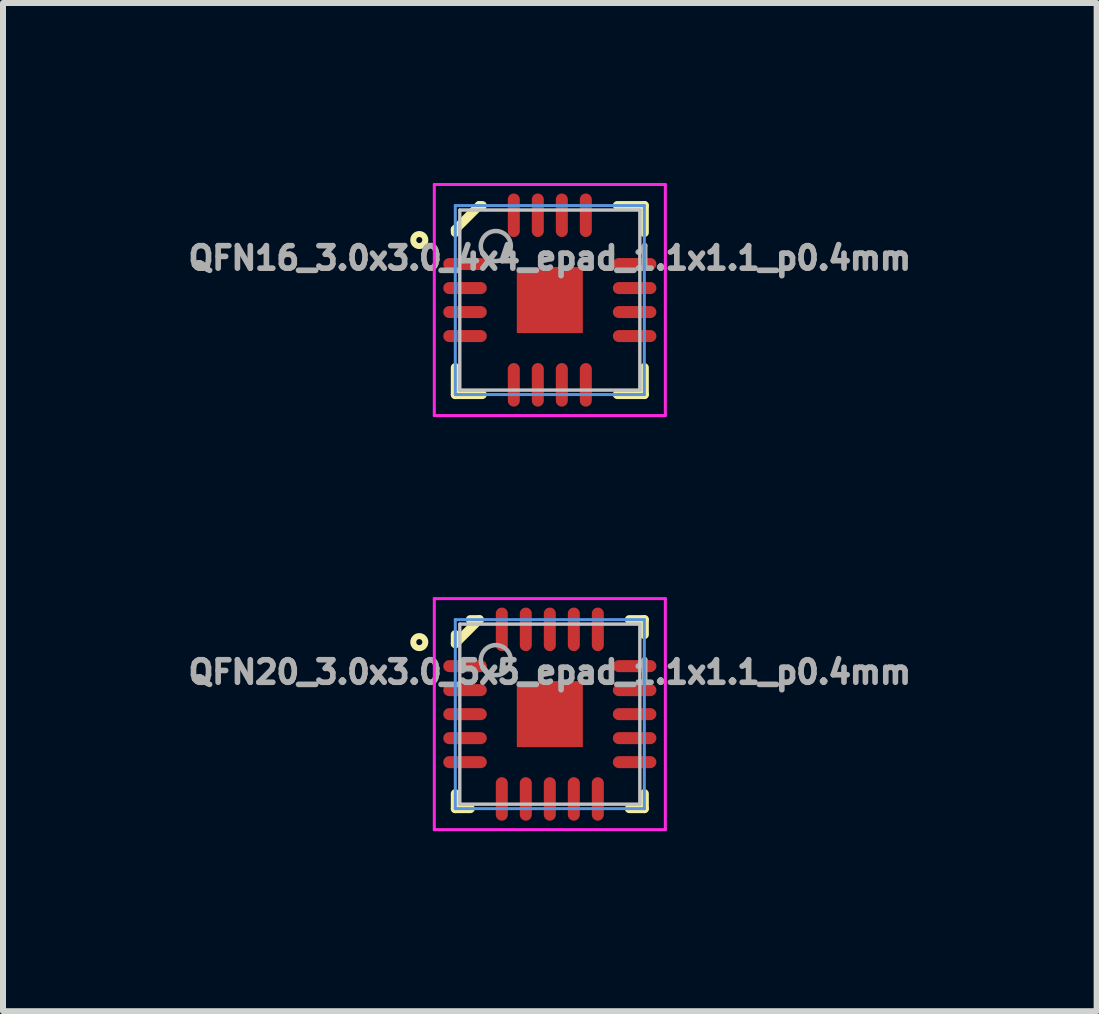
<source format=kicad_pcb>
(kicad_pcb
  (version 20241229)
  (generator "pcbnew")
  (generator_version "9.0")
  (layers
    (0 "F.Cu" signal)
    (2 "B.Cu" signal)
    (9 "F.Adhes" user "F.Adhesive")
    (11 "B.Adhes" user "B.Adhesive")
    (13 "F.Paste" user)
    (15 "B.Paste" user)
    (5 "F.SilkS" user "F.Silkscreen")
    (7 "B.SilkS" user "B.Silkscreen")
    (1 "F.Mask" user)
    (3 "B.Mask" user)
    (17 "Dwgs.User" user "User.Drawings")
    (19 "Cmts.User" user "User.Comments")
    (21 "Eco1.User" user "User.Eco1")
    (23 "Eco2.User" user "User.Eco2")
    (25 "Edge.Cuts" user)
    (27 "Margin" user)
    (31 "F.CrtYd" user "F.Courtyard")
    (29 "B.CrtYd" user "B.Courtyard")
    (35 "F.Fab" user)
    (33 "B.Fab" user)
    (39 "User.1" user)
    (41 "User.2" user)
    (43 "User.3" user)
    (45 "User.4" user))
  (footprint "QFN20_3.0x3.0_5x5_epad_1.1x1.1_p0.4mm"
    (layer "F.Cu")
    (at 6.112 8.85)
    (property "Reference" "QFN20_3.0x3.0_5x5_epad_1.1x1.1_p0.4mm" (at 0 -0.7 0) (layer "F.Fab") (effects (font (size 0.375 0.375) (thickness 0.1))))
    (attr through_hole)
    (fp_line (start -1.575 -1.175) (end -1.575 -1.325) (stroke (width 0.15) (type solid)) (layer "F.SilkS"))
    (fp_line (start -1.575 -1.175) (end -1.175 -1.575) (stroke (width 0.15) (type solid)) (layer "F.SilkS"))
    (fp_line (start -1.575 1.575) (end -1.575 1.325) (stroke (width 0.15) (type solid)) (layer "F.SilkS"))
    (fp_line (start -1.575 1.575) (end -1.325 1.575) (stroke (width 0.15) (type solid)) (layer "F.SilkS"))
    (fp_line (start -1.325 -1.575) (end -1.175 -1.575) (stroke (width 0.15) (type solid)) (layer "F.SilkS"))
    (fp_line (start 1.575 -1.575) (end 1.325 -1.575) (stroke (width 0.15) (type solid)) (layer "F.SilkS"))
    (fp_line (start 1.575 -1.575) (end 1.575 -1.325) (stroke (width 0.15) (type solid)) (layer "F.SilkS"))
    (fp_line (start 1.575 1.575) (end 1.325 1.575) (stroke (width 0.15) (type solid)) (layer "F.SilkS"))
    (fp_line (start 1.575 1.575) (end 1.575 1.325) (stroke (width 0.15) (type solid)) (layer "F.SilkS"))
    (fp_circle (center -2.175 -1.2) (end -2.104 -1.129) (stroke (width 0.1) (type solid)) (fill no) (layer "F.SilkS"))
    (fp_line (start -1.5 -1.5) (end -1.5 1.5) (stroke (width 0.05) (type solid)) (layer "Dwgs.User"))
    (fp_line (start -1.5 -1.5) (end 1.5 -1.5) (stroke (width 0.05) (type solid)) (layer "Dwgs.User"))
    (fp_line (start -1.5 1.5) (end 1.5 1.5) (stroke (width 0.05) (type solid)) (layer "Dwgs.User"))
    (fp_line (start 1.5 -1.5) (end 1.5 1.5) (stroke (width 0.05) (type solid)) (layer "Dwgs.User"))
    (fp_line (start -1.575 -1.575) (end -1.575 1.575) (stroke (width 0.05) (type solid)) (layer "Cmts.User"))
    (fp_line (start -1.575 -1.575) (end 1.575 -1.575) (stroke (width 0.05) (type solid)) (layer "Cmts.User"))
    (fp_line (start -1.575 1.575) (end 1.575 1.575) (stroke (width 0.05) (type solid)) (layer "Cmts.User"))
    (fp_line (start 1.575 -1.575) (end 1.575 1.575) (stroke (width 0.05) (type solid)) (layer "Cmts.User"))
    (fp_line (start -1.425 -1.425) (end -1.425 1.425) (stroke (width 0.05) (type solid)) (layer "Eco1.User"))
    (fp_line (start -1.425 -1.425) (end 1.425 -1.425) (stroke (width 0.05) (type solid)) (layer "Eco1.User"))
    (fp_line (start -1.425 1.425) (end 1.425 1.425) (stroke (width 0.05) (type solid)) (layer "Eco1.User"))
    (fp_line (start 1.425 -1.425) (end 1.425 1.425) (stroke (width 0.05) (type solid)) (layer "Eco1.User"))
    (fp_line (start -1.925 -1.925) (end -1.925 1.925) (stroke (width 0.05) (type solid)) (layer "F.CrtYd"))
    (fp_line (start -1.925 -1.925) (end 1.925 -1.925) (stroke (width 0.05) (type solid)) (layer "F.CrtYd"))
    (fp_line (start -1.925 1.925) (end 1.925 1.925) (stroke (width 0.05) (type solid)) (layer "F.CrtYd"))
    (fp_line (start 1.925 -1.925) (end 1.925 1.925) (stroke (width 0.05) (type solid)) (layer "F.CrtYd"))
    (fp_line (start -1.5 -1.5) (end -1.5 1.5) (stroke (width 0.05) (type solid)) (layer "F.Fab"))
    (fp_line (start -1.5 -1.5) (end 1.5 -1.5) (stroke (width 0.05) (type solid)) (layer "F.Fab"))
    (fp_line (start -1.5 1.5) (end 1.5 1.5) (stroke (width 0.05) (type solid)) (layer "F.Fab"))
    (fp_line (start 1.5 -1.5) (end 1.5 1.5) (stroke (width 0.05) (type solid)) (layer "F.Fab"))
    (fp_circle (center -0.9 -0.9) (end -0.723 -0.723) (stroke (width 0.075) (type solid)) (fill no) (layer "F.Fab"))
    (pad "1" smd oval (at -1.413 -0.8 180) (size 0.725 0.2) (layers "F.Cu" "F.Mask" "F.Paste"))
    (pad "2" smd oval (at -1.413 -0.4 180) (size 0.725 0.2) (layers "F.Cu" "F.Mask" "F.Paste"))
    (pad "3" smd oval (at -1.413 0 180) (size 0.725 0.2) (layers "F.Cu" "F.Mask" "F.Paste"))
    (pad "4" smd oval (at -1.413 0.4 180) (size 0.725 0.2) (layers "F.Cu" "F.Mask" "F.Paste"))
    (pad "5" smd oval (at -1.413 0.8 180) (size 0.725 0.2) (layers "F.Cu" "F.Mask" "F.Paste"))
    (pad "6" smd oval (at -0.8 1.413 270) (size 0.725 0.2) (layers "F.Cu" "F.Mask" "F.Paste"))
    (pad "7" smd oval (at -0.4 1.413 270) (size 0.725 0.2) (layers "F.Cu" "F.Mask" "F.Paste"))
    (pad "8" smd oval (at 0 1.413 270) (size 0.725 0.2) (layers "F.Cu" "F.Mask" "F.Paste"))
    (pad "9" smd oval (at 0.4 1.413 270) (size 0.725 0.2) (layers "F.Cu" "F.Mask" "F.Paste"))
    (pad "10" smd oval (at 0.8 1.413 270) (size 0.725 0.2) (layers "F.Cu" "F.Mask" "F.Paste"))
    (pad "11" smd oval (at 1.413 0.8) (size 0.725 0.2) (layers "F.Cu" "F.Mask" "F.Paste"))
    (pad "12" smd oval (at 1.413 0.4) (size 0.725 0.2) (layers "F.Cu" "F.Mask" "F.Paste"))
    (pad "13" smd oval (at 1.413 0) (size 0.725 0.2) (layers "F.Cu" "F.Mask" "F.Paste"))
    (pad "14" smd oval (at 1.413 -0.4) (size 0.725 0.2) (layers "F.Cu" "F.Mask" "F.Paste"))
    (pad "15" smd oval (at 1.413 -0.8) (size 0.725 0.2) (layers "F.Cu" "F.Mask" "F.Paste"))
    (pad "16" smd oval (at 0.8 -1.413 90) (size 0.725 0.2) (layers "F.Cu" "F.Mask" "F.Paste"))
    (pad "17" smd oval (at 0.4 -1.413 90) (size 0.725 0.2) (layers "F.Cu" "F.Mask" "F.Paste"))
    (pad "18" smd oval (at 0 -1.413 90) (size 0.725 0.2) (layers "F.Cu" "F.Mask" "F.Paste"))
    (pad "19" smd oval (at -0.4 -1.413 90) (size 0.725 0.2) (layers "F.Cu" "F.Mask" "F.Paste"))
    (pad "20" smd oval (at -0.8 -1.413 90) (size 0.725 0.2) (layers "F.Cu" "F.Mask" "F.Paste"))
    (pad "21" smd rect (at 0 0) (size 1.1 1.1) (layers "F.Cu" "F.Mask" "F.Paste")))
  (footprint "QFN16_3.0x3.0_4x4_epad_1.1x1.1_p0.4mm"
    (layer "F.Cu")
    (at 6.112 1.95)
    (property "Reference" "QFN16_3.0x3.0_4x4_epad_1.1x1.1_p0.4mm" (at 0 -0.7 0) (layer "F.Fab") (effects (font (size 0.375 0.375) (thickness 0.1))))
    (attr through_hole)
    (fp_line (start -1.575 -1.175) (end -1.575 -1.125) (stroke (width 0.15) (type solid)) (layer "F.SilkS"))
    (fp_line (start -1.575 -1.175) (end -1.175 -1.575) (stroke (width 0.15) (type solid)) (layer "F.SilkS"))
    (fp_line (start -1.575 1.575) (end -1.575 1.125) (stroke (width 0.15) (type solid)) (layer "F.SilkS"))
    (fp_line (start -1.575 1.575) (end -1.125 1.575) (stroke (width 0.15) (type solid)) (layer "F.SilkS"))
    (fp_line (start -1.125 -1.575) (end -1.175 -1.575) (stroke (width 0.15) (type solid)) (layer "F.SilkS"))
    (fp_line (start 1.575 -1.575) (end 1.125 -1.575) (stroke (width 0.15) (type solid)) (layer "F.SilkS"))
    (fp_line (start 1.575 -1.575) (end 1.575 -1.125) (stroke (width 0.15) (type solid)) (layer "F.SilkS"))
    (fp_line (start 1.575 1.575) (end 1.125 1.575) (stroke (width 0.15) (type solid)) (layer "F.SilkS"))
    (fp_line (start 1.575 1.575) (end 1.575 1.125) (stroke (width 0.15) (type solid)) (layer "F.SilkS"))
    (fp_circle (center -2.175 -1) (end -2.104 -0.929) (stroke (width 0.1) (type solid)) (fill no) (layer "F.SilkS"))
    (fp_line (start -1.5 -1.5) (end -1.5 1.5) (stroke (width 0.05) (type solid)) (layer "Dwgs.User"))
    (fp_line (start -1.5 -1.5) (end 1.5 -1.5) (stroke (width 0.05) (type solid)) (layer "Dwgs.User"))
    (fp_line (start -1.5 1.5) (end 1.5 1.5) (stroke (width 0.05) (type solid)) (layer "Dwgs.User"))
    (fp_line (start 1.5 -1.5) (end 1.5 1.5) (stroke (width 0.05) (type solid)) (layer "Dwgs.User"))
    (fp_line (start -1.575 -1.575) (end -1.575 1.575) (stroke (width 0.05) (type solid)) (layer "Cmts.User"))
    (fp_line (start -1.575 -1.575) (end 1.575 -1.575) (stroke (width 0.05) (type solid)) (layer "Cmts.User"))
    (fp_line (start -1.575 1.575) (end 1.575 1.575) (stroke (width 0.05) (type solid)) (layer "Cmts.User"))
    (fp_line (start 1.575 -1.575) (end 1.575 1.575) (stroke (width 0.05) (type solid)) (layer "Cmts.User"))
    (fp_line (start -1.425 -1.425) (end -1.425 1.425) (stroke (width 0.05) (type solid)) (layer "Eco1.User"))
    (fp_line (start -1.425 -1.425) (end 1.425 -1.425) (stroke (width 0.05) (type solid)) (layer "Eco1.User"))
    (fp_line (start -1.425 1.425) (end 1.425 1.425) (stroke (width 0.05) (type solid)) (layer "Eco1.User"))
    (fp_line (start 1.425 -1.425) (end 1.425 1.425) (stroke (width 0.05) (type solid)) (layer "Eco1.User"))
    (fp_line (start -1.925 -1.925) (end -1.925 1.925) (stroke (width 0.05) (type solid)) (layer "F.CrtYd"))
    (fp_line (start -1.925 -1.925) (end 1.925 -1.925) (stroke (width 0.05) (type solid)) (layer "F.CrtYd"))
    (fp_line (start -1.925 1.925) (end 1.925 1.925) (stroke (width 0.05) (type solid)) (layer "F.CrtYd"))
    (fp_line (start 1.925 -1.925) (end 1.925 1.925) (stroke (width 0.05) (type solid)) (layer "F.CrtYd"))
    (fp_line (start -1.5 -1.5) (end -1.5 1.5) (stroke (width 0.05) (type solid)) (layer "F.Fab"))
    (fp_line (start -1.5 -1.5) (end 1.5 -1.5) (stroke (width 0.05) (type solid)) (layer "F.Fab"))
    (fp_line (start -1.5 1.5) (end 1.5 1.5) (stroke (width 0.05) (type solid)) (layer "F.Fab"))
    (fp_line (start 1.5 -1.5) (end 1.5 1.5) (stroke (width 0.05) (type solid)) (layer "F.Fab"))
    (fp_circle (center -0.9 -0.9) (end -0.723 -0.723) (stroke (width 0.075) (type solid)) (fill no) (layer "F.Fab"))
    (pad "1" smd oval (at -1.413 -0.6 180) (size 0.725 0.2) (layers "F.Cu" "F.Mask" "F.Paste"))
    (pad "2" smd oval (at -1.413 -0.2 180) (size 0.725 0.2) (layers "F.Cu" "F.Mask" "F.Paste"))
    (pad "3" smd oval (at -1.413 0.2 180) (size 0.725 0.2) (layers "F.Cu" "F.Mask" "F.Paste"))
    (pad "4" smd oval (at -1.413 0.6 180) (size 0.725 0.2) (layers "F.Cu" "F.Mask" "F.Paste"))
    (pad "5" smd oval (at -0.6 1.413 270) (size 0.725 0.2) (layers "F.Cu" "F.Mask" "F.Paste"))
    (pad "6" smd oval (at -0.2 1.413 270) (size 0.725 0.2) (layers "F.Cu" "F.Mask" "F.Paste"))
    (pad "7" smd oval (at 0.2 1.413 270) (size 0.725 0.2) (layers "F.Cu" "F.Mask" "F.Paste"))
    (pad "8" smd oval (at 0.6 1.413 270) (size 0.725 0.2) (layers "F.Cu" "F.Mask" "F.Paste"))
    (pad "9" smd oval (at 1.413 0.6) (size 0.725 0.2) (layers "F.Cu" "F.Mask" "F.Paste"))
    (pad "10" smd oval (at 1.413 0.2) (size 0.725 0.2) (layers "F.Cu" "F.Mask" "F.Paste"))
    (pad "11" smd oval (at 1.413 -0.2) (size 0.725 0.2) (layers "F.Cu" "F.Mask" "F.Paste"))
    (pad "12" smd oval (at 1.413 -0.6) (size 0.725 0.2) (layers "F.Cu" "F.Mask" "F.Paste"))
    (pad "13" smd oval (at 0.6 -1.413 90) (size 0.725 0.2) (layers "F.Cu" "F.Mask" "F.Paste"))
    (pad "14" smd oval (at 0.2 -1.413 90) (size 0.725 0.2) (layers "F.Cu" "F.Mask" "F.Paste"))
    (pad "15" smd oval (at -0.2 -1.413 90) (size 0.725 0.2) (layers "F.Cu" "F.Mask" "F.Paste"))
    (pad "16" smd oval (at -0.6 -1.413 90) (size 0.725 0.2) (layers "F.Cu" "F.Mask" "F.Paste"))
    (pad "17" smd rect (at 0 0) (size 1.1 1.1) (layers "F.Cu" "F.Mask" "F.Paste")))
  (gr_rect
    (start -3 -3)
    (end 15.224 13.8)
    (stroke (width 0.1) (type default))
    (fill no)
    (layer "Edge.Cuts")))
</source>
